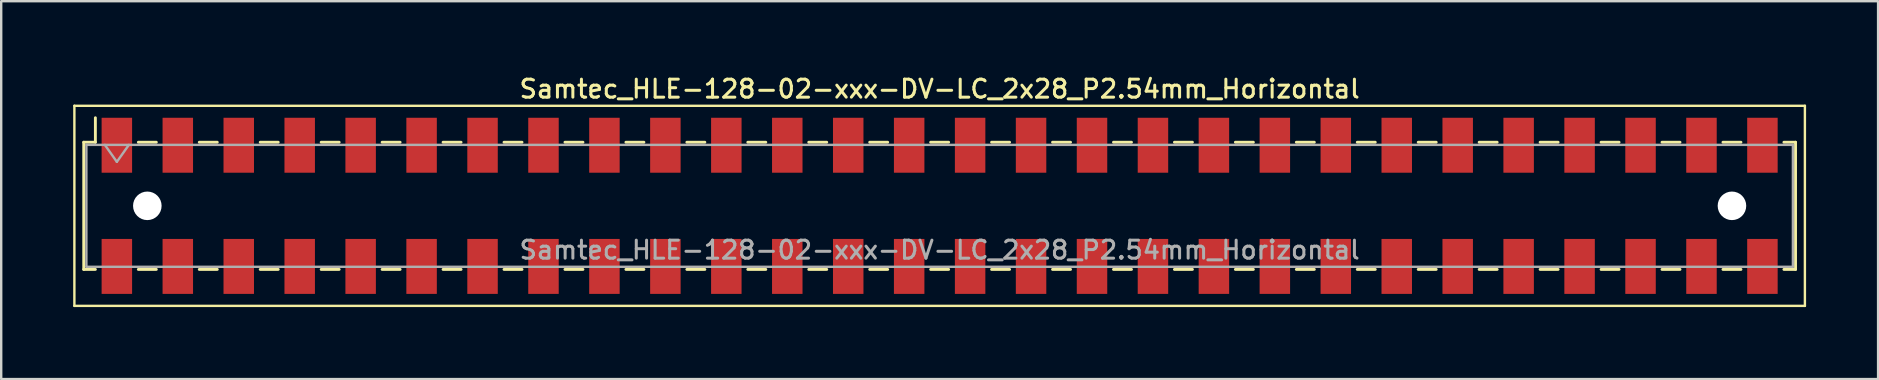
<source format=kicad_pcb>
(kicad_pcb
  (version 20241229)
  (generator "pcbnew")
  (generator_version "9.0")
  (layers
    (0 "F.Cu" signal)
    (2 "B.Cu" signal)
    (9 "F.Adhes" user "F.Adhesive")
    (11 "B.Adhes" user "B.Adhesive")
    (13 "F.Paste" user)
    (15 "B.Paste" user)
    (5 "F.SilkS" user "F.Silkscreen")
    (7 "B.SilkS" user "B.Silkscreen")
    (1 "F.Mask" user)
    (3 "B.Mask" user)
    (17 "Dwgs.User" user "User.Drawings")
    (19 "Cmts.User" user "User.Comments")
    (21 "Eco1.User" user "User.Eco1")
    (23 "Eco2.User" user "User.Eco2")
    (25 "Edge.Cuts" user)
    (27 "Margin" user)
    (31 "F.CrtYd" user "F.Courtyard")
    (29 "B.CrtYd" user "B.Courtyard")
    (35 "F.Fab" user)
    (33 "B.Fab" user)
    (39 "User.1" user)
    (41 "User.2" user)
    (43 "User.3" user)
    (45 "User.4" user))
  (footprint "Samtec_HLE-128-02-xxx-DV-LC_2x28_P2.54mm_Horizontal"
    (layer "F.Cu")
    (at 36.11 5.528)
    (property "Reference" "Samtec_HLE-128-02-xxx-DV-LC_2x28_P2.54mm_Horizontal" (at 0 -4.87 0) (layer "F.SilkS") (effects (font (size 0.75 0.75) (thickness 0.125))))
    (attr smd)
    (fp_line (start -36.06 -4.17) (end 36.06 -4.17) (stroke (width 0.1) (type solid)) (layer "F.SilkS"))
    (fp_line (start -36.06 4.17) (end -36.06 -4.17) (stroke (width 0.1) (type solid)) (layer "F.SilkS"))
    (fp_line (start -35.67 -2.65) (end -35.67 2.65) (stroke (width 0.12) (type solid)) (layer "F.SilkS"))
    (fp_line (start -35.67 2.65) (end -35.185 2.65) (stroke (width 0.12) (type solid)) (layer "F.SilkS"))
    (fp_line (start -35.185 -3.67) (end -35.185 -2.65) (stroke (width 0.12) (type solid)) (layer "F.SilkS"))
    (fp_line (start -35.185 -2.65) (end -35.67 -2.65) (stroke (width 0.12) (type solid)) (layer "F.SilkS"))
    (fp_line (start -33.395 -2.65) (end -32.645 -2.65) (stroke (width 0.12) (type solid)) (layer "F.SilkS"))
    (fp_line (start -33.395 2.65) (end -32.645 2.65) (stroke (width 0.12) (type solid)) (layer "F.SilkS"))
    (fp_line (start -30.855 -2.65) (end -30.105 -2.65) (stroke (width 0.12) (type solid)) (layer "F.SilkS"))
    (fp_line (start -30.855 2.65) (end -30.105 2.65) (stroke (width 0.12) (type solid)) (layer "F.SilkS"))
    (fp_line (start -28.315 -2.65) (end -27.565 -2.65) (stroke (width 0.12) (type solid)) (layer "F.SilkS"))
    (fp_line (start -28.315 2.65) (end -27.565 2.65) (stroke (width 0.12) (type solid)) (layer "F.SilkS"))
    (fp_line (start -25.775 -2.65) (end -25.025 -2.65) (stroke (width 0.12) (type solid)) (layer "F.SilkS"))
    (fp_line (start -25.775 2.65) (end -25.025 2.65) (stroke (width 0.12) (type solid)) (layer "F.SilkS"))
    (fp_line (start -23.235 -2.65) (end -22.485 -2.65) (stroke (width 0.12) (type solid)) (layer "F.SilkS"))
    (fp_line (start -23.235 2.65) (end -22.485 2.65) (stroke (width 0.12) (type solid)) (layer "F.SilkS"))
    (fp_line (start -20.695 -2.65) (end -19.945 -2.65) (stroke (width 0.12) (type solid)) (layer "F.SilkS"))
    (fp_line (start -20.695 2.65) (end -19.945 2.65) (stroke (width 0.12) (type solid)) (layer "F.SilkS"))
    (fp_line (start -18.155 -2.65) (end -17.405 -2.65) (stroke (width 0.12) (type solid)) (layer "F.SilkS"))
    (fp_line (start -18.155 2.65) (end -17.405 2.65) (stroke (width 0.12) (type solid)) (layer "F.SilkS"))
    (fp_line (start -15.615 -2.65) (end -14.865 -2.65) (stroke (width 0.12) (type solid)) (layer "F.SilkS"))
    (fp_line (start -15.615 2.65) (end -14.865 2.65) (stroke (width 0.12) (type solid)) (layer "F.SilkS"))
    (fp_line (start -13.075 -2.65) (end -12.325 -2.65) (stroke (width 0.12) (type solid)) (layer "F.SilkS"))
    (fp_line (start -13.075 2.65) (end -12.325 2.65) (stroke (width 0.12) (type solid)) (layer "F.SilkS"))
    (fp_line (start -10.535 -2.65) (end -9.785 -2.65) (stroke (width 0.12) (type solid)) (layer "F.SilkS"))
    (fp_line (start -10.535 2.65) (end -9.785 2.65) (stroke (width 0.12) (type solid)) (layer "F.SilkS"))
    (fp_line (start -7.995 -2.65) (end -7.245 -2.65) (stroke (width 0.12) (type solid)) (layer "F.SilkS"))
    (fp_line (start -7.995 2.65) (end -7.245 2.65) (stroke (width 0.12) (type solid)) (layer "F.SilkS"))
    (fp_line (start -5.455 -2.65) (end -4.705 -2.65) (stroke (width 0.12) (type solid)) (layer "F.SilkS"))
    (fp_line (start -5.455 2.65) (end -4.705 2.65) (stroke (width 0.12) (type solid)) (layer "F.SilkS"))
    (fp_line (start -2.915 -2.65) (end -2.165 -2.65) (stroke (width 0.12) (type solid)) (layer "F.SilkS"))
    (fp_line (start -2.915 2.65) (end -2.165 2.65) (stroke (width 0.12) (type solid)) (layer "F.SilkS"))
    (fp_line (start -0.375 -2.65) (end 0.375 -2.65) (stroke (width 0.12) (type solid)) (layer "F.SilkS"))
    (fp_line (start -0.375 2.65) (end 0.375 2.65) (stroke (width 0.12) (type solid)) (layer "F.SilkS"))
    (fp_line (start 2.165 -2.65) (end 2.915 -2.65) (stroke (width 0.12) (type solid)) (layer "F.SilkS"))
    (fp_line (start 2.165 2.65) (end 2.915 2.65) (stroke (width 0.12) (type solid)) (layer "F.SilkS"))
    (fp_line (start 4.705 -2.65) (end 5.455 -2.65) (stroke (width 0.12) (type solid)) (layer "F.SilkS"))
    (fp_line (start 4.705 2.65) (end 5.455 2.65) (stroke (width 0.12) (type solid)) (layer "F.SilkS"))
    (fp_line (start 7.245 -2.65) (end 7.995 -2.65) (stroke (width 0.12) (type solid)) (layer "F.SilkS"))
    (fp_line (start 7.245 2.65) (end 7.995 2.65) (stroke (width 0.12) (type solid)) (layer "F.SilkS"))
    (fp_line (start 9.785 -2.65) (end 10.535 -2.65) (stroke (width 0.12) (type solid)) (layer "F.SilkS"))
    (fp_line (start 9.785 2.65) (end 10.535 2.65) (stroke (width 0.12) (type solid)) (layer "F.SilkS"))
    (fp_line (start 12.325 -2.65) (end 13.075 -2.65) (stroke (width 0.12) (type solid)) (layer "F.SilkS"))
    (fp_line (start 12.325 2.65) (end 13.075 2.65) (stroke (width 0.12) (type solid)) (layer "F.SilkS"))
    (fp_line (start 14.865 -2.65) (end 15.615 -2.65) (stroke (width 0.12) (type solid)) (layer "F.SilkS"))
    (fp_line (start 14.865 2.65) (end 15.615 2.65) (stroke (width 0.12) (type solid)) (layer "F.SilkS"))
    (fp_line (start 17.405 -2.65) (end 18.155 -2.65) (stroke (width 0.12) (type solid)) (layer "F.SilkS"))
    (fp_line (start 17.405 2.65) (end 18.155 2.65) (stroke (width 0.12) (type solid)) (layer "F.SilkS"))
    (fp_line (start 19.945 -2.65) (end 20.695 -2.65) (stroke (width 0.12) (type solid)) (layer "F.SilkS"))
    (fp_line (start 19.945 2.65) (end 20.695 2.65) (stroke (width 0.12) (type solid)) (layer "F.SilkS"))
    (fp_line (start 22.485 -2.65) (end 23.235 -2.65) (stroke (width 0.12) (type solid)) (layer "F.SilkS"))
    (fp_line (start 22.485 2.65) (end 23.235 2.65) (stroke (width 0.12) (type solid)) (layer "F.SilkS"))
    (fp_line (start 25.025 -2.65) (end 25.775 -2.65) (stroke (width 0.12) (type solid)) (layer "F.SilkS"))
    (fp_line (start 25.025 2.65) (end 25.775 2.65) (stroke (width 0.12) (type solid)) (layer "F.SilkS"))
    (fp_line (start 27.565 -2.65) (end 28.315 -2.65) (stroke (width 0.12) (type solid)) (layer "F.SilkS"))
    (fp_line (start 27.565 2.65) (end 28.315 2.65) (stroke (width 0.12) (type solid)) (layer "F.SilkS"))
    (fp_line (start 30.105 -2.65) (end 30.855 -2.65) (stroke (width 0.12) (type solid)) (layer "F.SilkS"))
    (fp_line (start 30.105 2.65) (end 30.855 2.65) (stroke (width 0.12) (type solid)) (layer "F.SilkS"))
    (fp_line (start 32.645 -2.65) (end 33.395 -2.65) (stroke (width 0.12) (type solid)) (layer "F.SilkS"))
    (fp_line (start 32.645 2.65) (end 33.395 2.65) (stroke (width 0.12) (type solid)) (layer "F.SilkS"))
    (fp_line (start 35.185 -2.65) (end 35.67 -2.65) (stroke (width 0.12) (type solid)) (layer "F.SilkS"))
    (fp_line (start 35.67 -2.65) (end 35.67 2.65) (stroke (width 0.12) (type solid)) (layer "F.SilkS"))
    (fp_line (start 35.67 2.65) (end 35.185 2.65) (stroke (width 0.12) (type solid)) (layer "F.SilkS"))
    (fp_line (start 36.06 -4.17) (end 36.06 4.17) (stroke (width 0.1) (type solid)) (layer "F.SilkS"))
    (fp_line (start 36.06 4.17) (end -36.06 4.17) (stroke (width 0.1) (type solid)) (layer "F.SilkS"))
    (fp_line (start -35.56 -2.54) (end 35.56 -2.54) (stroke (width 0.1) (type solid)) (layer "F.Fab"))
    (fp_line (start -35.56 2.54) (end -35.56 -2.54) (stroke (width 0.1) (type solid)) (layer "F.Fab"))
    (fp_line (start -34.79 -2.54) (end -34.29 -1.833) (stroke (width 0.1) (type solid)) (layer "F.Fab"))
    (fp_line (start -34.29 -1.833) (end -33.79 -2.54) (stroke (width 0.1) (type solid)) (layer "F.Fab"))
    (fp_line (start 35.56 -2.54) (end 35.56 2.54) (stroke (width 0.1) (type solid)) (layer "F.Fab"))
    (fp_line (start 35.56 2.54) (end -35.56 2.54) (stroke (width 0.1) (type solid)) (layer "F.Fab"))
    (fp_text user "${REFERENCE}" (at 0 1.84 0) (layer "F.Fab") (effects (font (size 0.75 0.75) (thickness 0.125))))
    (pad "" np_thru_hole circle (at -33.02 0) (size 1.19 1.19) (drill 1.19) (layers "*.Cu" "*.Mask"))
    (pad "" np_thru_hole circle (at 33.02 0) (size 1.19 1.19) (drill 1.19) (layers "*.Cu" "*.Mask"))
    (pad "1" smd rect (at -34.29 -2.525) (size 1.27 2.29) (layers "F.Cu" "F.Mask" "F.Paste"))
    (pad "2" smd rect (at -34.29 2.525) (size 1.27 2.29) (layers "F.Cu" "F.Mask" "F.Paste"))
    (pad "3" smd rect (at -31.75 -2.525) (size 1.27 2.29) (layers "F.Cu" "F.Mask" "F.Paste"))
    (pad "4" smd rect (at -31.75 2.525) (size 1.27 2.29) (layers "F.Cu" "F.Mask" "F.Paste"))
    (pad "5" smd rect (at -29.21 -2.525) (size 1.27 2.29) (layers "F.Cu" "F.Mask" "F.Paste"))
    (pad "6" smd rect (at -29.21 2.525) (size 1.27 2.29) (layers "F.Cu" "F.Mask" "F.Paste"))
    (pad "7" smd rect (at -26.67 -2.525) (size 1.27 2.29) (layers "F.Cu" "F.Mask" "F.Paste"))
    (pad "8" smd rect (at -26.67 2.525) (size 1.27 2.29) (layers "F.Cu" "F.Mask" "F.Paste"))
    (pad "9" smd rect (at -24.13 -2.525) (size 1.27 2.29) (layers "F.Cu" "F.Mask" "F.Paste"))
    (pad "10" smd rect (at -24.13 2.525) (size 1.27 2.29) (layers "F.Cu" "F.Mask" "F.Paste"))
    (pad "11" smd rect (at -21.59 -2.525) (size 1.27 2.29) (layers "F.Cu" "F.Mask" "F.Paste"))
    (pad "12" smd rect (at -21.59 2.525) (size 1.27 2.29) (layers "F.Cu" "F.Mask" "F.Paste"))
    (pad "13" smd rect (at -19.05 -2.525) (size 1.27 2.29) (layers "F.Cu" "F.Mask" "F.Paste"))
    (pad "14" smd rect (at -19.05 2.525) (size 1.27 2.29) (layers "F.Cu" "F.Mask" "F.Paste"))
    (pad "15" smd rect (at -16.51 -2.525) (size 1.27 2.29) (layers "F.Cu" "F.Mask" "F.Paste"))
    (pad "16" smd rect (at -16.51 2.525) (size 1.27 2.29) (layers "F.Cu" "F.Mask" "F.Paste"))
    (pad "17" smd rect (at -13.97 -2.525) (size 1.27 2.29) (layers "F.Cu" "F.Mask" "F.Paste"))
    (pad "18" smd rect (at -13.97 2.525) (size 1.27 2.29) (layers "F.Cu" "F.Mask" "F.Paste"))
    (pad "19" smd rect (at -11.43 -2.525) (size 1.27 2.29) (layers "F.Cu" "F.Mask" "F.Paste"))
    (pad "20" smd rect (at -11.43 2.525) (size 1.27 2.29) (layers "F.Cu" "F.Mask" "F.Paste"))
    (pad "21" smd rect (at -8.89 -2.525) (size 1.27 2.29) (layers "F.Cu" "F.Mask" "F.Paste"))
    (pad "22" smd rect (at -8.89 2.525) (size 1.27 2.29) (layers "F.Cu" "F.Mask" "F.Paste"))
    (pad "23" smd rect (at -6.35 -2.525) (size 1.27 2.29) (layers "F.Cu" "F.Mask" "F.Paste"))
    (pad "24" smd rect (at -6.35 2.525) (size 1.27 2.29) (layers "F.Cu" "F.Mask" "F.Paste"))
    (pad "25" smd rect (at -3.81 -2.525) (size 1.27 2.29) (layers "F.Cu" "F.Mask" "F.Paste"))
    (pad "26" smd rect (at -3.81 2.525) (size 1.27 2.29) (layers "F.Cu" "F.Mask" "F.Paste"))
    (pad "27" smd rect (at -1.27 -2.525) (size 1.27 2.29) (layers "F.Cu" "F.Mask" "F.Paste"))
    (pad "28" smd rect (at -1.27 2.525) (size 1.27 2.29) (layers "F.Cu" "F.Mask" "F.Paste"))
    (pad "29" smd rect (at 1.27 -2.525) (size 1.27 2.29) (layers "F.Cu" "F.Mask" "F.Paste"))
    (pad "30" smd rect (at 1.27 2.525) (size 1.27 2.29) (layers "F.Cu" "F.Mask" "F.Paste"))
    (pad "31" smd rect (at 3.81 -2.525) (size 1.27 2.29) (layers "F.Cu" "F.Mask" "F.Paste"))
    (pad "32" smd rect (at 3.81 2.525) (size 1.27 2.29) (layers "F.Cu" "F.Mask" "F.Paste"))
    (pad "33" smd rect (at 6.35 -2.525) (size 1.27 2.29) (layers "F.Cu" "F.Mask" "F.Paste"))
    (pad "34" smd rect (at 6.35 2.525) (size 1.27 2.29) (layers "F.Cu" "F.Mask" "F.Paste"))
    (pad "35" smd rect (at 8.89 -2.525) (size 1.27 2.29) (layers "F.Cu" "F.Mask" "F.Paste"))
    (pad "36" smd rect (at 8.89 2.525) (size 1.27 2.29) (layers "F.Cu" "F.Mask" "F.Paste"))
    (pad "37" smd rect (at 11.43 -2.525) (size 1.27 2.29) (layers "F.Cu" "F.Mask" "F.Paste"))
    (pad "38" smd rect (at 11.43 2.525) (size 1.27 2.29) (layers "F.Cu" "F.Mask" "F.Paste"))
    (pad "39" smd rect (at 13.97 -2.525) (size 1.27 2.29) (layers "F.Cu" "F.Mask" "F.Paste"))
    (pad "40" smd rect (at 13.97 2.525) (size 1.27 2.29) (layers "F.Cu" "F.Mask" "F.Paste"))
    (pad "41" smd rect (at 16.51 -2.525) (size 1.27 2.29) (layers "F.Cu" "F.Mask" "F.Paste"))
    (pad "42" smd rect (at 16.51 2.525) (size 1.27 2.29) (layers "F.Cu" "F.Mask" "F.Paste"))
    (pad "43" smd rect (at 19.05 -2.525) (size 1.27 2.29) (layers "F.Cu" "F.Mask" "F.Paste"))
    (pad "44" smd rect (at 19.05 2.525) (size 1.27 2.29) (layers "F.Cu" "F.Mask" "F.Paste"))
    (pad "45" smd rect (at 21.59 -2.525) (size 1.27 2.29) (layers "F.Cu" "F.Mask" "F.Paste"))
    (pad "46" smd rect (at 21.59 2.525) (size 1.27 2.29) (layers "F.Cu" "F.Mask" "F.Paste"))
    (pad "47" smd rect (at 24.13 -2.525) (size 1.27 2.29) (layers "F.Cu" "F.Mask" "F.Paste"))
    (pad "48" smd rect (at 24.13 2.525) (size 1.27 2.29) (layers "F.Cu" "F.Mask" "F.Paste"))
    (pad "49" smd rect (at 26.67 -2.525) (size 1.27 2.29) (layers "F.Cu" "F.Mask" "F.Paste"))
    (pad "50" smd rect (at 26.67 2.525) (size 1.27 2.29) (layers "F.Cu" "F.Mask" "F.Paste"))
    (pad "51" smd rect (at 29.21 -2.525) (size 1.27 2.29) (layers "F.Cu" "F.Mask" "F.Paste"))
    (pad "52" smd rect (at 29.21 2.525) (size 1.27 2.29) (layers "F.Cu" "F.Mask" "F.Paste"))
    (pad "53" smd rect (at 31.75 -2.525) (size 1.27 2.29) (layers "F.Cu" "F.Mask" "F.Paste"))
    (pad "54" smd rect (at 31.75 2.525) (size 1.27 2.29) (layers "F.Cu" "F.Mask" "F.Paste"))
    (pad "55" smd rect (at 34.29 -2.525) (size 1.27 2.29) (layers "F.Cu" "F.Mask" "F.Paste"))
    (pad "56" smd rect (at 34.29 2.525) (size 1.27 2.29) (layers "F.Cu" "F.Mask" "F.Paste")))
  (gr_rect
    (start -3 -3)
    (end 75.22 12.748)
    (stroke (width 0.1) (type default))
    (fill no)
    (layer "Edge.Cuts")))
</source>
